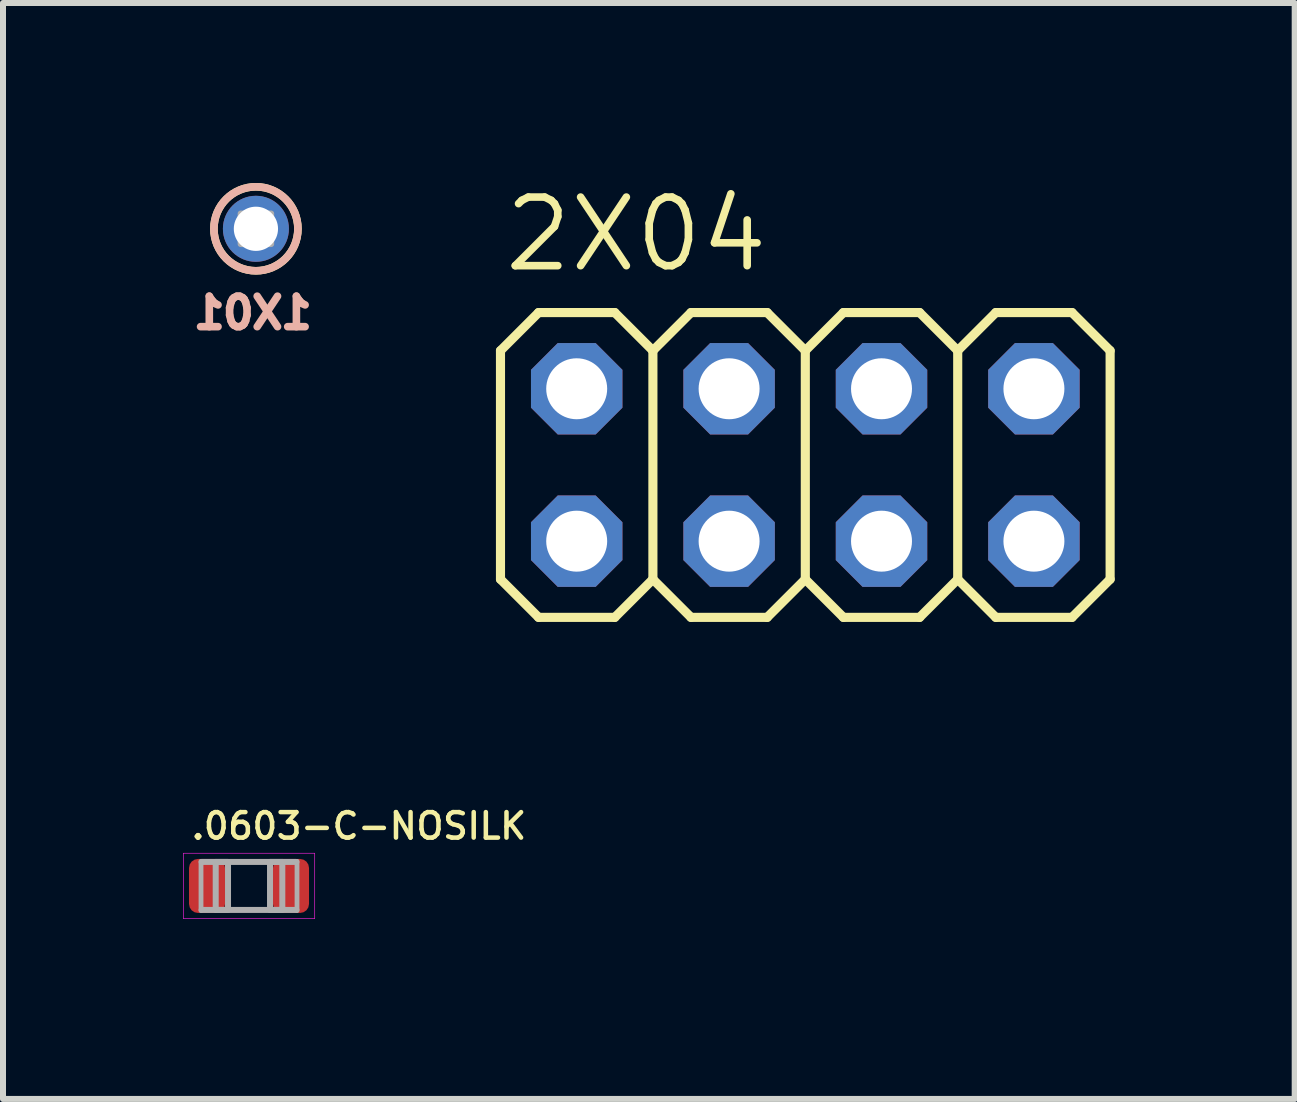
<source format=kicad_pcb>
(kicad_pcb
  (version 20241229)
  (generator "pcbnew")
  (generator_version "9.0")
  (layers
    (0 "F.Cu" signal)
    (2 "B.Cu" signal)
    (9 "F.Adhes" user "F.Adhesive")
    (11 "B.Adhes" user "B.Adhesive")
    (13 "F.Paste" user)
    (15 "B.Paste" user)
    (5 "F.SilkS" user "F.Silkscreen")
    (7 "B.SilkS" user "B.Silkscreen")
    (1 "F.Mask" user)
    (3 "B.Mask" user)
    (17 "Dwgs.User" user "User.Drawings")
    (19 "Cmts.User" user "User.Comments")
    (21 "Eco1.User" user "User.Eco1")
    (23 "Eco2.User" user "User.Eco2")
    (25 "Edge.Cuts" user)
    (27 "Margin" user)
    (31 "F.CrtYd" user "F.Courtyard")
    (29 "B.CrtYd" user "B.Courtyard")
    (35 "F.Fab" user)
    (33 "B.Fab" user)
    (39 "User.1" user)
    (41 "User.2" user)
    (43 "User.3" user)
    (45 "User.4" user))
  (footprint ".0603-C-NOSILK"
    (layer "F.Cu")
    (at 1.1 11.715)
    (property "Reference" ".0603-C-NOSILK" (at -1 -0.75 0) (layer "F.SilkS") (effects (font (size 0.425 0.425) (thickness 0.075)) (justify left bottom)))
    (fp_line (start -0.845 -0.295) (end -0.845 0.295) (stroke (width 0.43) (type solid)) (layer "F.Mask"))
    (fp_line (start -0.555 -0.295) (end -0.845 -0.295) (stroke (width 0.43) (type solid)) (layer "F.Mask"))
    (fp_line (start -0.555 -0.295) (end -0.555 0.295) (stroke (width 0.43) (type solid)) (layer "F.Mask"))
    (fp_line (start -0.555 0.295) (end -0.845 0.295) (stroke (width 0.43) (type solid)) (layer "F.Mask"))
    (fp_line (start 0.555 -0.295) (end 0.555 0.295) (stroke (width 0.43) (type solid)) (layer "F.Mask"))
    (fp_line (start 0.845 -0.295) (end 0.555 -0.295) (stroke (width 0.43) (type solid)) (layer "F.Mask"))
    (fp_line (start 0.845 -0.295) (end 0.845 0.295) (stroke (width 0.43) (type solid)) (layer "F.Mask"))
    (fp_line (start 0.845 0.295) (end 0.555 0.295) (stroke (width 0.43) (type solid)) (layer "F.Mask"))
    (fp_line (start -1.095 -0.545) (end -1.095 0.545) (stroke (width 0.01) (type solid)) (layer "F.CrtYd"))
    (fp_line (start -1.095 0.545) (end 1.095 0.545) (stroke (width 0.01) (type solid)) (layer "F.CrtYd"))
    (fp_line (start 1.095 -0.545) (end -1.095 -0.545) (stroke (width 0.01) (type solid)) (layer "F.CrtYd"))
    (fp_line (start 1.095 0.545) (end 1.095 -0.545) (stroke (width 0.01) (type solid)) (layer "F.CrtYd"))
    (fp_line (start -0.8 0.41) (end -0.8 -0.41) (stroke (width 0.08) (type solid)) (layer "F.Fab"))
    (fp_line (start -0.79 -0.4) (end 0.79 -0.4) (stroke (width 0.1) (type solid)) (layer "F.Fab"))
    (fp_line (start 0.79 0.4) (end -0.79 0.4) (stroke (width 0.1) (type solid)) (layer "F.Fab"))
    (fp_line (start 0.8 -0.41) (end 0.8 0.41) (stroke (width 0.08) (type solid)) (layer "F.Fab"))
    (fp_poly (pts (xy -0.555 0.4) (xy -0.35 0.4) (xy -0.35 -0.4) (xy -0.555 -0.4)) (stroke (width 0.1) (type solid)) (fill no) (layer "F.Fab"))
    (fp_poly (pts (xy 0.35 0.4) (xy 0.555 0.4) (xy 0.555 -0.4) (xy 0.35 -0.4)) (stroke (width 0.1) (type solid)) (fill no) (layer "F.Fab"))
    (pad "1" smd roundrect (at -0.7 0) (size 0.6 0.9) (layers "F.Cu" "F.Paste") (roundrect_rratio 0.25))
    (pad "2" smd roundrect (at 0.7 0) (size 0.6 0.9) (layers "F.Cu" "F.Paste") (roundrect_rratio 0.25)))
  (footprint "1X01"
    (layer "F.Cu")
    (at 1.215 0.763)
    (property "Reference" "1X01" (at 1 1.7 0) (layer "B.SilkS") (effects (font (size 0.508 0.508) (thickness 0.127)) (justify left bottom mirror)))
    (fp_circle (center 0 0) (end 0.7 0) (stroke (width 0.127) (type solid)) (fill no) (layer "F.SilkS"))
    (fp_circle (center 0 0) (end 0.7 0) (stroke (width 0.127) (type solid)) (fill no) (layer "B.SilkS"))
    (fp_poly (pts (xy -0.254 0.254) (xy 0.254 0.254) (xy 0.254 -0.254) (xy -0.254 -0.254)) (stroke (width 0.1) (type solid)) (fill no) (layer "F.Fab"))
    (pad "1" thru_hole circle (at 0 0) (size 1.1 1.1) (drill 0.737) (layers "*.Cu" "*.Mask")))
  (footprint "2X04"
    (layer "F.Cu")
    (at 10.371 4.699)
    (property "Reference" "2X04" (at -5.08 -3.175 0) (layer "F.SilkS") (effects (font (size 1.143 1.143) (thickness 0.127)) (justify left bottom)))
    (fp_line (start -5.08 -1.905) (end -4.445 -2.54) (stroke (width 0.152) (type solid)) (layer "F.SilkS"))
    (fp_line (start -5.08 1.905) (end -5.08 -1.905) (stroke (width 0.152) (type solid)) (layer "F.SilkS"))
    (fp_line (start -5.08 1.905) (end -4.445 2.54) (stroke (width 0.152) (type solid)) (layer "F.SilkS"))
    (fp_line (start -4.445 -2.54) (end -3.175 -2.54) (stroke (width 0.152) (type solid)) (layer "F.SilkS"))
    (fp_line (start -4.445 2.54) (end -3.175 2.54) (stroke (width 0.152) (type solid)) (layer "F.SilkS"))
    (fp_line (start -3.175 -2.54) (end -2.54 -1.905) (stroke (width 0.152) (type solid)) (layer "F.SilkS"))
    (fp_line (start -3.175 2.54) (end -2.54 1.905) (stroke (width 0.152) (type solid)) (layer "F.SilkS"))
    (fp_line (start -2.54 -1.905) (end -2.54 1.905) (stroke (width 0.152) (type solid)) (layer "F.SilkS"))
    (fp_line (start -2.54 -1.905) (end -1.905 -2.54) (stroke (width 0.152) (type solid)) (layer "F.SilkS"))
    (fp_line (start -2.54 1.905) (end -1.905 2.54) (stroke (width 0.152) (type solid)) (layer "F.SilkS"))
    (fp_line (start -1.905 -2.54) (end -0.635 -2.54) (stroke (width 0.152) (type solid)) (layer "F.SilkS"))
    (fp_line (start -1.905 2.54) (end -0.635 2.54) (stroke (width 0.152) (type solid)) (layer "F.SilkS"))
    (fp_line (start -0.635 -2.54) (end 0 -1.905) (stroke (width 0.152) (type solid)) (layer "F.SilkS"))
    (fp_line (start -0.635 2.54) (end 0 1.905) (stroke (width 0.152) (type solid)) (layer "F.SilkS"))
    (fp_line (start 0 -1.905) (end 0 1.905) (stroke (width 0.152) (type solid)) (layer "F.SilkS"))
    (fp_line (start 0 -1.905) (end 0.635 -2.54) (stroke (width 0.152) (type solid)) (layer "F.SilkS"))
    (fp_line (start 0 1.905) (end 0.635 2.54) (stroke (width 0.152) (type solid)) (layer "F.SilkS"))
    (fp_line (start 0.635 -2.54) (end 1.905 -2.54) (stroke (width 0.152) (type solid)) (layer "F.SilkS"))
    (fp_line (start 0.635 2.54) (end 1.905 2.54) (stroke (width 0.152) (type solid)) (layer "F.SilkS"))
    (fp_line (start 1.905 -2.54) (end 2.54 -1.905) (stroke (width 0.152) (type solid)) (layer "F.SilkS"))
    (fp_line (start 1.905 2.54) (end 2.54 1.905) (stroke (width 0.152) (type solid)) (layer "F.SilkS"))
    (fp_line (start 2.54 -1.905) (end 2.54 1.905) (stroke (width 0.152) (type solid)) (layer "F.SilkS"))
    (fp_line (start 2.54 -1.905) (end 3.175 -2.54) (stroke (width 0.152) (type solid)) (layer "F.SilkS"))
    (fp_line (start 2.54 1.905) (end 3.175 2.54) (stroke (width 0.152) (type solid)) (layer "F.SilkS"))
    (fp_line (start 3.175 -2.54) (end 4.445 -2.54) (stroke (width 0.152) (type solid)) (layer "F.SilkS"))
    (fp_line (start 3.175 2.54) (end 4.445 2.54) (stroke (width 0.152) (type solid)) (layer "F.SilkS"))
    (fp_line (start 4.445 -2.54) (end 5.08 -1.905) (stroke (width 0.152) (type solid)) (layer "F.SilkS"))
    (fp_line (start 4.445 2.54) (end 5.08 1.905) (stroke (width 0.152) (type solid)) (layer "F.SilkS"))
    (fp_line (start 5.08 -1.905) (end 5.08 1.905) (stroke (width 0.152) (type solid)) (layer "F.SilkS"))
    (fp_poly (pts (xy -4.064 -1.016) (xy -3.556 -1.016) (xy -3.556 -1.524) (xy -4.064 -1.524)) (stroke (width 0.1) (type solid)) (fill no) (layer "F.Fab"))
    (fp_poly (pts (xy -4.064 1.524) (xy -3.556 1.524) (xy -3.556 1.016) (xy -4.064 1.016)) (stroke (width 0.1) (type solid)) (fill no) (layer "F.Fab"))
    (fp_poly (pts (xy -1.524 -1.016) (xy -1.016 -1.016) (xy -1.016 -1.524) (xy -1.524 -1.524)) (stroke (width 0.1) (type solid)) (fill no) (layer "F.Fab"))
    (fp_poly (pts (xy -1.524 1.524) (xy -1.016 1.524) (xy -1.016 1.016) (xy -1.524 1.016)) (stroke (width 0.1) (type solid)) (fill no) (layer "F.Fab"))
    (fp_poly (pts (xy 1.016 -1.016) (xy 1.524 -1.016) (xy 1.524 -1.524) (xy 1.016 -1.524)) (stroke (width 0.1) (type solid)) (fill no) (layer "F.Fab"))
    (fp_poly (pts (xy 1.016 1.524) (xy 1.524 1.524) (xy 1.524 1.016) (xy 1.016 1.016)) (stroke (width 0.1) (type solid)) (fill no) (layer "F.Fab"))
    (fp_poly (pts (xy 3.556 -1.016) (xy 4.064 -1.016) (xy 4.064 -1.524) (xy 3.556 -1.524)) (stroke (width 0.1) (type solid)) (fill no) (layer "F.Fab"))
    (fp_poly (pts (xy 3.556 1.524) (xy 4.064 1.524) (xy 4.064 1.016) (xy 3.556 1.016)) (stroke (width 0.1) (type solid)) (fill no) (layer "F.Fab"))
    (pad "1" thru_hole roundrect (at -3.81 1.27) (size 1.524 1.524) (drill 1.016) (layers "*.Cu" "*.Mask") (roundrect_rratio 0.25) (chamfer_ratio 0.293) (chamfer top_left top_right bottom_left bottom_right))
    (pad "2" thru_hole roundrect (at -3.81 -1.27) (size 1.524 1.524) (drill 1.016) (layers "*.Cu" "*.Mask") (roundrect_rratio 0.25) (chamfer_ratio 0.293) (chamfer top_left top_right bottom_left bottom_right))
    (pad "3" thru_hole roundrect (at -1.27 1.27) (size 1.524 1.524) (drill 1.016) (layers "*.Cu" "*.Mask") (roundrect_rratio 0.25) (chamfer_ratio 0.293) (chamfer top_left top_right bottom_left bottom_right))
    (pad "4" thru_hole roundrect (at -1.27 -1.27) (size 1.524 1.524) (drill 1.016) (layers "*.Cu" "*.Mask") (roundrect_rratio 0.25) (chamfer_ratio 0.293) (chamfer top_left top_right bottom_left bottom_right))
    (pad "5" thru_hole roundrect (at 1.27 1.27) (size 1.524 1.524) (drill 1.016) (layers "*.Cu" "*.Mask") (roundrect_rratio 0.25) (chamfer_ratio 0.293) (chamfer top_left top_right bottom_left bottom_right))
    (pad "6" thru_hole roundrect (at 1.27 -1.27) (size 1.524 1.524) (drill 1.016) (layers "*.Cu" "*.Mask") (roundrect_rratio 0.25) (chamfer_ratio 0.293) (chamfer top_left top_right bottom_left bottom_right))
    (pad "7" thru_hole roundrect (at 3.81 1.27) (size 1.524 1.524) (drill 1.016) (layers "*.Cu" "*.Mask") (roundrect_rratio 0.25) (chamfer_ratio 0.293) (chamfer top_left top_right bottom_left bottom_right))
    (pad "8" thru_hole roundrect (at 3.81 -1.27) (size 1.524 1.524) (drill 1.016) (layers "*.Cu" "*.Mask") (roundrect_rratio 0.25) (chamfer_ratio 0.293) (chamfer top_left top_right bottom_left bottom_right)))
  (gr_rect
    (start -3 -3)
    (end 18.527 15.265)
    (stroke (width 0.1) (type default))
    (fill no)
    (layer "Edge.Cuts")))
</source>
